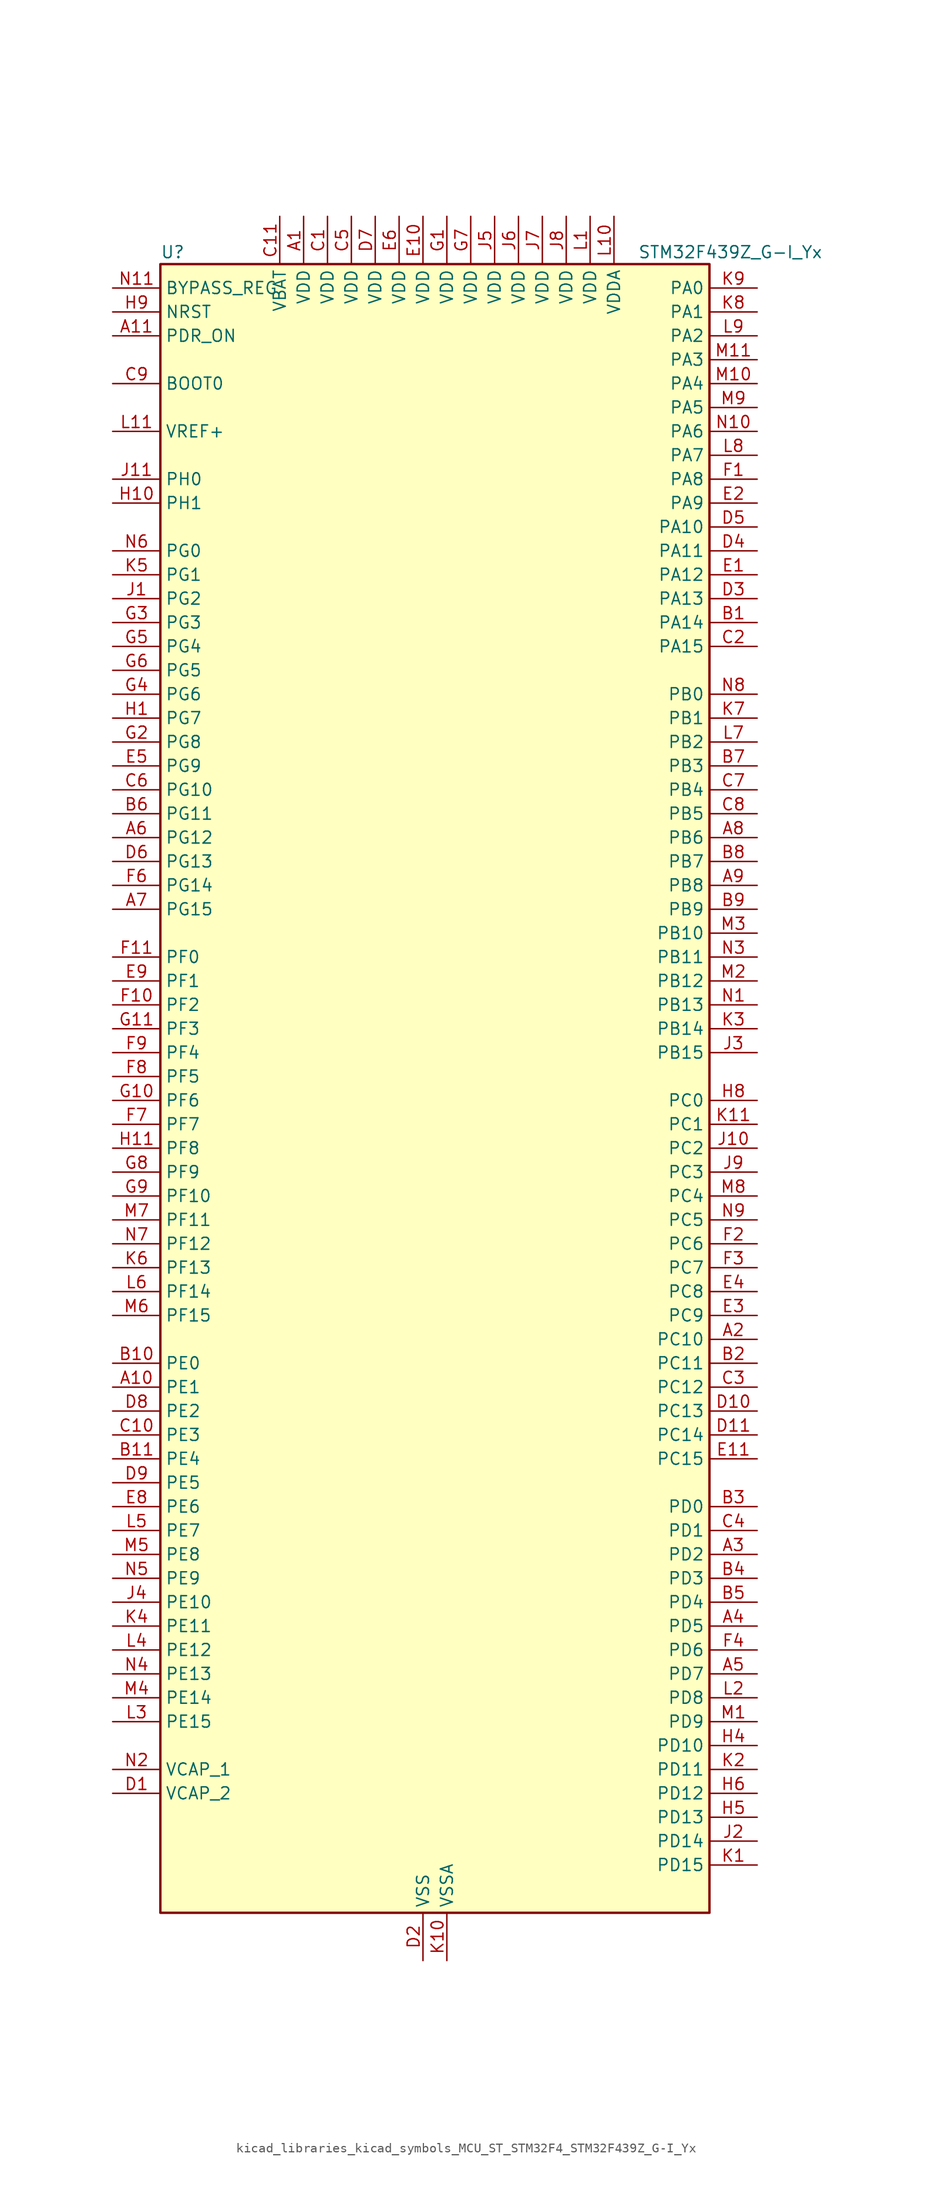
<source format=kicad_sym>
(kicad_symbol_lib
  (version 20220914)
  (generator kicad_symbol_editor)
  (symbol "kicad_libraries_kicad_symbols_MCU_ST_STM32F4_STM32F439Z_G-I_Yx"
    (property "Reference" "U"
      (at -27.94 90.17 0)
      (effects (font (size 1.27 1.27)) (justify left)))
    (property "Value" "STM32F439Z_G-I_Yx"
      (at 22.86 90.17 0)
      (effects (font (size 1.27 1.27)) (justify left)))
    (property "ki_locked" ""
      (at 0 0 0)
      (effects (font (size 1.27 1.27))))
    (symbol "kicad_libraries_kicad_symbols_MCU_ST_STM32F4_STM32F439Z_G-I_Yx_0_1"
      (rectangle (start -27.94 -86.36) (end 30.48 88.9) (stroke (width 0.254) (type default)) (fill (type background))))
    (symbol "kicad_libraries_kicad_symbols_MCU_ST_STM32F4_STM32F439Z_G-I_Yx_1_1"
      (pin power_in line (at -12.7 93.98 270) (length 5.08) (name "VDD" (effects (font (size 1.27 1.27)))) (number "A1" (effects (font (size 1.27 1.27)))))
      (pin bidirectional line (at -33.02 -30.48 0) (length 5.08) (name "PE1" (effects (font (size 1.27 1.27)))) (number "A10" (effects (font (size 1.27 1.27)))) (alternate "DCMI_D3" bidirectional line) (alternate "FMC_NBL1" bidirectional line) (alternate "UART8_TX" bidirectional line))
      (pin input line (at -33.02 81.28 0) (length 5.08) (name "PDR_ON" (effects (font (size 1.27 1.27)))) (number "A11" (effects (font (size 1.27 1.27)))))
      (pin bidirectional line (at 35.56 -25.4 180) (length 5.08) (name "PC10" (effects (font (size 1.27 1.27)))) (number "A2" (effects (font (size 1.27 1.27)))) (alternate "DCMI_D8" bidirectional line) (alternate "I2S3_CK" bidirectional line) (alternate "LTDC_R2" bidirectional line) (alternate "SDIO_D2" bidirectional line) (alternate "SPI3_SCK" bidirectional line) (alternate "UART4_TX" bidirectional line) (alternate "USART3_TX" bidirectional line))
      (pin bidirectional line (at 35.56 -48.26 180) (length 5.08) (name "PD2" (effects (font (size 1.27 1.27)))) (number "A3" (effects (font (size 1.27 1.27)))) (alternate "DCMI_D11" bidirectional line) (alternate "SDIO_CMD" bidirectional line) (alternate "TIM3_ETR" bidirectional line) (alternate "UART5_RX" bidirectional line))
      (pin bidirectional line (at 35.56 -55.88 180) (length 5.08) (name "PD5" (effects (font (size 1.27 1.27)))) (number "A4" (effects (font (size 1.27 1.27)))) (alternate "FMC_NWE" bidirectional line) (alternate "USART2_TX" bidirectional line))
      (pin bidirectional line (at 35.56 -60.96 180) (length 5.08) (name "PD7" (effects (font (size 1.27 1.27)))) (number "A5" (effects (font (size 1.27 1.27)))) (alternate "FMC_NCE2" bidirectional line) (alternate "FMC_NE1" bidirectional line) (alternate "USART2_CK" bidirectional line))
      (pin bidirectional line (at -33.02 27.94 0) (length 5.08) (name "PG12" (effects (font (size 1.27 1.27)))) (number "A6" (effects (font (size 1.27 1.27)))) (alternate "FMC_NE4" bidirectional line) (alternate "LTDC_B1" bidirectional line) (alternate "LTDC_B4" bidirectional line) (alternate "SPI6_MISO" bidirectional line) (alternate "USART6_RTS" bidirectional line))
      (pin bidirectional line (at -33.02 20.32 0) (length 5.08) (name "PG15" (effects (font (size 1.27 1.27)))) (number "A7" (effects (font (size 1.27 1.27)))) (alternate "ADC1_EXTI15" bidirectional line) (alternate "ADC2_EXTI15" bidirectional line) (alternate "ADC3_EXTI15" bidirectional line) (alternate "DCMI_D13" bidirectional line) (alternate "FMC_SDNCAS" bidirectional line) (alternate "USART6_CTS" bidirectional line))
      (pin bidirectional line (at 35.56 27.94 180) (length 5.08) (name "PB6" (effects (font (size 1.27 1.27)))) (number "A8" (effects (font (size 1.27 1.27)))) (alternate "CAN2_TX" bidirectional line) (alternate "DCMI_D5" bidirectional line) (alternate "FMC_SDNE1" bidirectional line) (alternate "I2C1_SCL" bidirectional line) (alternate "TIM4_CH1" bidirectional line) (alternate "USART1_TX" bidirectional line))
      (pin bidirectional line (at 35.56 22.86 180) (length 5.08) (name "PB8" (effects (font (size 1.27 1.27)))) (number "A9" (effects (font (size 1.27 1.27)))) (alternate "CAN1_RX" bidirectional line) (alternate "DCMI_D6" bidirectional line) (alternate "ETH_TXD3" bidirectional line) (alternate "I2C1_SCL" bidirectional line) (alternate "LTDC_B6" bidirectional line) (alternate "SDIO_D4" bidirectional line) (alternate "TIM10_CH1" bidirectional line) (alternate "TIM4_CH3" bidirectional line))
      (pin bidirectional line (at 35.56 50.8 180) (length 5.08) (name "PA14" (effects (font (size 1.27 1.27)))) (number "B1" (effects (font (size 1.27 1.27)))) (alternate "SYS_JTCK-SWCLK" bidirectional line))
      (pin bidirectional line (at -33.02 -27.94 0) (length 5.08) (name "PE0" (effects (font (size 1.27 1.27)))) (number "B10" (effects (font (size 1.27 1.27)))) (alternate "DCMI_D2" bidirectional line) (alternate "FMC_NBL0" bidirectional line) (alternate "TIM4_ETR" bidirectional line) (alternate "UART8_RX" bidirectional line))
      (pin bidirectional line (at -33.02 -38.1 0) (length 5.08) (name "PE4" (effects (font (size 1.27 1.27)))) (number "B11" (effects (font (size 1.27 1.27)))) (alternate "DCMI_D4" bidirectional line) (alternate "FMC_A20" bidirectional line) (alternate "LTDC_B0" bidirectional line) (alternate "SAI1_FS_A" bidirectional line) (alternate "SPI4_NSS" bidirectional line) (alternate "SYS_TRACED1" bidirectional line))
      (pin bidirectional line (at 35.56 -27.94 180) (length 5.08) (name "PC11" (effects (font (size 1.27 1.27)))) (number "B2" (effects (font (size 1.27 1.27)))) (alternate "ADC1_EXTI11" bidirectional line) (alternate "ADC2_EXTI11" bidirectional line) (alternate "ADC3_EXTI11" bidirectional line) (alternate "DCMI_D4" bidirectional line) (alternate "I2S3_ext_SD" bidirectional line) (alternate "SDIO_D3" bidirectional line) (alternate "SPI3_MISO" bidirectional line) (alternate "UART4_RX" bidirectional line) (alternate "USART3_RX" bidirectional line))
      (pin bidirectional line (at 35.56 -43.18 180) (length 5.08) (name "PD0" (effects (font (size 1.27 1.27)))) (number "B3" (effects (font (size 1.27 1.27)))) (alternate "CAN1_RX" bidirectional line) (alternate "FMC_D2" bidirectional line) (alternate "FMC_DA2" bidirectional line))
      (pin bidirectional line (at 35.56 -50.8 180) (length 5.08) (name "PD3" (effects (font (size 1.27 1.27)))) (number "B4" (effects (font (size 1.27 1.27)))) (alternate "DCMI_D5" bidirectional line) (alternate "FMC_CLK" bidirectional line) (alternate "I2S2_CK" bidirectional line) (alternate "LTDC_G7" bidirectional line) (alternate "SPI2_SCK" bidirectional line) (alternate "USART2_CTS" bidirectional line))
      (pin bidirectional line (at 35.56 -53.34 180) (length 5.08) (name "PD4" (effects (font (size 1.27 1.27)))) (number "B5" (effects (font (size 1.27 1.27)))) (alternate "FMC_NOE" bidirectional line) (alternate "USART2_RTS" bidirectional line))
      (pin bidirectional line (at -33.02 30.48 0) (length 5.08) (name "PG11" (effects (font (size 1.27 1.27)))) (number "B6" (effects (font (size 1.27 1.27)))) (alternate "ADC1_EXTI11" bidirectional line) (alternate "ADC2_EXTI11" bidirectional line) (alternate "ADC3_EXTI11" bidirectional line) (alternate "DCMI_D3" bidirectional line) (alternate "ETH_TX_EN" bidirectional line) (alternate "FMC_NCE4_2" bidirectional line) (alternate "LTDC_B3" bidirectional line))
      (pin bidirectional line (at 35.56 35.56 180) (length 5.08) (name "PB3" (effects (font (size 1.27 1.27)))) (number "B7" (effects (font (size 1.27 1.27)))) (alternate "I2S3_CK" bidirectional line) (alternate "SPI1_SCK" bidirectional line) (alternate "SPI3_SCK" bidirectional line) (alternate "SYS_JTDO-SWO" bidirectional line) (alternate "TIM2_CH2" bidirectional line))
      (pin bidirectional line (at 35.56 25.4 180) (length 5.08) (name "PB7" (effects (font (size 1.27 1.27)))) (number "B8" (effects (font (size 1.27 1.27)))) (alternate "DCMI_VSYNC" bidirectional line) (alternate "FMC_NL" bidirectional line) (alternate "I2C1_SDA" bidirectional line) (alternate "TIM4_CH2" bidirectional line) (alternate "USART1_RX" bidirectional line))
      (pin bidirectional line (at 35.56 20.32 180) (length 5.08) (name "PB9" (effects (font (size 1.27 1.27)))) (number "B9" (effects (font (size 1.27 1.27)))) (alternate "CAN1_TX" bidirectional line) (alternate "DAC_EXTI9" bidirectional line) (alternate "DCMI_D7" bidirectional line) (alternate "I2C1_SDA" bidirectional line) (alternate "I2S2_WS" bidirectional line) (alternate "LTDC_B7" bidirectional line) (alternate "SDIO_D5" bidirectional line) (alternate "SPI2_NSS" bidirectional line) (alternate "TIM11_CH1" bidirectional line) (alternate "TIM4_CH4" bidirectional line))
      (pin power_in line (at -10.16 93.98 270) (length 5.08) (name "VDD" (effects (font (size 1.27 1.27)))) (number "C1" (effects (font (size 1.27 1.27)))))
      (pin bidirectional line (at -33.02 -35.56 0) (length 5.08) (name "PE3" (effects (font (size 1.27 1.27)))) (number "C10" (effects (font (size 1.27 1.27)))) (alternate "FMC_A19" bidirectional line) (alternate "SAI1_SD_B" bidirectional line) (alternate "SYS_TRACED0" bidirectional line))
      (pin power_in line (at -15.24 93.98 270) (length 5.08) (name "VBAT" (effects (font (size 1.27 1.27)))) (number "C11" (effects (font (size 1.27 1.27)))))
      (pin bidirectional line (at 35.56 48.26 180) (length 5.08) (name "PA15" (effects (font (size 1.27 1.27)))) (number "C2" (effects (font (size 1.27 1.27)))) (alternate "ADC1_EXTI15" bidirectional line) (alternate "ADC2_EXTI15" bidirectional line) (alternate "ADC3_EXTI15" bidirectional line) (alternate "I2S3_WS" bidirectional line) (alternate "SPI1_NSS" bidirectional line) (alternate "SPI3_NSS" bidirectional line) (alternate "SYS_JTDI" bidirectional line) (alternate "TIM2_CH1" bidirectional line) (alternate "TIM2_ETR" bidirectional line))
      (pin bidirectional line (at 35.56 -30.48 180) (length 5.08) (name "PC12" (effects (font (size 1.27 1.27)))) (number "C3" (effects (font (size 1.27 1.27)))) (alternate "DCMI_D9" bidirectional line) (alternate "I2S3_SD" bidirectional line) (alternate "SDIO_CK" bidirectional line) (alternate "SPI3_MOSI" bidirectional line) (alternate "UART5_TX" bidirectional line) (alternate "USART3_CK" bidirectional line))
      (pin bidirectional line (at 35.56 -45.72 180) (length 5.08) (name "PD1" (effects (font (size 1.27 1.27)))) (number "C4" (effects (font (size 1.27 1.27)))) (alternate "CAN1_TX" bidirectional line) (alternate "FMC_D3" bidirectional line) (alternate "FMC_DA3" bidirectional line))
      (pin power_in line (at -7.62 93.98 270) (length 5.08) (name "VDD" (effects (font (size 1.27 1.27)))) (number "C5" (effects (font (size 1.27 1.27)))))
      (pin bidirectional line (at -33.02 33.02 0) (length 5.08) (name "PG10" (effects (font (size 1.27 1.27)))) (number "C6" (effects (font (size 1.27 1.27)))) (alternate "DCMI_D2" bidirectional line) (alternate "FMC_NCE4_1" bidirectional line) (alternate "FMC_NE3" bidirectional line) (alternate "LTDC_B2" bidirectional line) (alternate "LTDC_G3" bidirectional line))
      (pin bidirectional line (at 35.56 33.02 180) (length 5.08) (name "PB4" (effects (font (size 1.27 1.27)))) (number "C7" (effects (font (size 1.27 1.27)))) (alternate "I2S3_ext_SD" bidirectional line) (alternate "SPI1_MISO" bidirectional line) (alternate "SPI3_MISO" bidirectional line) (alternate "SYS_JTRST" bidirectional line) (alternate "TIM3_CH1" bidirectional line))
      (pin bidirectional line (at 35.56 30.48 180) (length 5.08) (name "PB5" (effects (font (size 1.27 1.27)))) (number "C8" (effects (font (size 1.27 1.27)))) (alternate "CAN2_RX" bidirectional line) (alternate "DCMI_D10" bidirectional line) (alternate "ETH_PPS_OUT" bidirectional line) (alternate "FMC_SDCKE1" bidirectional line) (alternate "I2C1_SMBA" bidirectional line) (alternate "I2S3_SD" bidirectional line) (alternate "SPI1_MOSI" bidirectional line) (alternate "SPI3_MOSI" bidirectional line) (alternate "TIM3_CH2" bidirectional line) (alternate "USB_OTG_HS_ULPI_D7" bidirectional line))
      (pin input line (at -33.02 76.2 0) (length 5.08) (name "BOOT0" (effects (font (size 1.27 1.27)))) (number "C9" (effects (font (size 1.27 1.27)))))
      (pin power_out line (at -33.02 -73.66 0) (length 5.08) (name "VCAP_2" (effects (font (size 1.27 1.27)))) (number "D1" (effects (font (size 1.27 1.27)))))
      (pin bidirectional line (at 35.56 -33.02 180) (length 5.08) (name "PC13" (effects (font (size 1.27 1.27)))) (number "D10" (effects (font (size 1.27 1.27)))) (alternate "RTC_AF1" bidirectional line))
      (pin bidirectional line (at 35.56 -35.56 180) (length 5.08) (name "PC14" (effects (font (size 1.27 1.27)))) (number "D11" (effects (font (size 1.27 1.27)))) (alternate "RCC_OSC32_IN" bidirectional line))
      (pin power_in line (at 0 -91.44 90) (length 5.08) (name "VSS" (effects (font (size 1.27 1.27)))) (number "D2" (effects (font (size 1.27 1.27)))))
      (pin bidirectional line (at 35.56 53.34 180) (length 5.08) (name "PA13" (effects (font (size 1.27 1.27)))) (number "D3" (effects (font (size 1.27 1.27)))) (alternate "SYS_JTMS-SWDIO" bidirectional line))
      (pin bidirectional line (at 35.56 58.42 180) (length 5.08) (name "PA11" (effects (font (size 1.27 1.27)))) (number "D4" (effects (font (size 1.27 1.27)))) (alternate "ADC1_EXTI11" bidirectional line) (alternate "ADC2_EXTI11" bidirectional line) (alternate "ADC3_EXTI11" bidirectional line) (alternate "CAN1_RX" bidirectional line) (alternate "LTDC_R4" bidirectional line) (alternate "TIM1_CH4" bidirectional line) (alternate "USART1_CTS" bidirectional line) (alternate "USB_OTG_FS_DM" bidirectional line))
      (pin bidirectional line (at 35.56 60.96 180) (length 5.08) (name "PA10" (effects (font (size 1.27 1.27)))) (number "D5" (effects (font (size 1.27 1.27)))) (alternate "DCMI_D1" bidirectional line) (alternate "TIM1_CH3" bidirectional line) (alternate "USART1_RX" bidirectional line) (alternate "USB_OTG_FS_ID" bidirectional line))
      (pin bidirectional line (at -33.02 25.4 0) (length 5.08) (name "PG13" (effects (font (size 1.27 1.27)))) (number "D6" (effects (font (size 1.27 1.27)))) (alternate "ETH_TXD0" bidirectional line) (alternate "FMC_A24" bidirectional line) (alternate "SPI6_SCK" bidirectional line) (alternate "USART6_CTS" bidirectional line))
      (pin power_in line (at -5.08 93.98 270) (length 5.08) (name "VDD" (effects (font (size 1.27 1.27)))) (number "D7" (effects (font (size 1.27 1.27)))))
      (pin bidirectional line (at -33.02 -33.02 0) (length 5.08) (name "PE2" (effects (font (size 1.27 1.27)))) (number "D8" (effects (font (size 1.27 1.27)))) (alternate "ETH_TXD3" bidirectional line) (alternate "FMC_A23" bidirectional line) (alternate "SAI1_MCLK_A" bidirectional line) (alternate "SPI4_SCK" bidirectional line) (alternate "SYS_TRACECLK" bidirectional line))
      (pin bidirectional line (at -33.02 -40.64 0) (length 5.08) (name "PE5" (effects (font (size 1.27 1.27)))) (number "D9" (effects (font (size 1.27 1.27)))) (alternate "DCMI_D6" bidirectional line) (alternate "FMC_A21" bidirectional line) (alternate "LTDC_G0" bidirectional line) (alternate "SAI1_SCK_A" bidirectional line) (alternate "SPI4_MISO" bidirectional line) (alternate "SYS_TRACED2" bidirectional line) (alternate "TIM9_CH1" bidirectional line))
      (pin bidirectional line (at 35.56 55.88 180) (length 5.08) (name "PA12" (effects (font (size 1.27 1.27)))) (number "E1" (effects (font (size 1.27 1.27)))) (alternate "CAN1_TX" bidirectional line) (alternate "LTDC_R5" bidirectional line) (alternate "TIM1_ETR" bidirectional line) (alternate "USART1_RTS" bidirectional line) (alternate "USB_OTG_FS_DP" bidirectional line))
      (pin power_in line (at 0 93.98 270) (length 5.08) (name "VDD" (effects (font (size 1.27 1.27)))) (number "E10" (effects (font (size 1.27 1.27)))))
      (pin bidirectional line (at 35.56 -38.1 180) (length 5.08) (name "PC15" (effects (font (size 1.27 1.27)))) (number "E11" (effects (font (size 1.27 1.27)))) (alternate "ADC1_EXTI15" bidirectional line) (alternate "ADC2_EXTI15" bidirectional line) (alternate "ADC3_EXTI15" bidirectional line) (alternate "RCC_OSC32_OUT" bidirectional line))
      (pin bidirectional line (at 35.56 63.5 180) (length 5.08) (name "PA9" (effects (font (size 1.27 1.27)))) (number "E2" (effects (font (size 1.27 1.27)))) (alternate "DAC_EXTI9" bidirectional line) (alternate "DCMI_D0" bidirectional line) (alternate "I2C3_SMBA" bidirectional line) (alternate "TIM1_CH2" bidirectional line) (alternate "USART1_TX" bidirectional line) (alternate "USB_OTG_FS_VBUS" bidirectional line))
      (pin bidirectional line (at 35.56 -22.86 180) (length 5.08) (name "PC9" (effects (font (size 1.27 1.27)))) (number "E3" (effects (font (size 1.27 1.27)))) (alternate "DAC_EXTI9" bidirectional line) (alternate "DCMI_D3" bidirectional line) (alternate "I2C3_SDA" bidirectional line) (alternate "I2S_CKIN" bidirectional line) (alternate "RCC_MCO_2" bidirectional line) (alternate "SDIO_D1" bidirectional line) (alternate "TIM3_CH4" bidirectional line) (alternate "TIM8_CH4" bidirectional line))
      (pin bidirectional line (at 35.56 -20.32 180) (length 5.08) (name "PC8" (effects (font (size 1.27 1.27)))) (number "E4" (effects (font (size 1.27 1.27)))) (alternate "DCMI_D2" bidirectional line) (alternate "SDIO_D0" bidirectional line) (alternate "TIM3_CH3" bidirectional line) (alternate "TIM8_CH3" bidirectional line) (alternate "USART6_CK" bidirectional line))
      (pin bidirectional line (at -33.02 35.56 0) (length 5.08) (name "PG9" (effects (font (size 1.27 1.27)))) (number "E5" (effects (font (size 1.27 1.27)))) (alternate "DAC_EXTI9" bidirectional line) (alternate "DCMI_VSYNC" bidirectional line) (alternate "FMC_NCE3" bidirectional line) (alternate "FMC_NE2" bidirectional line) (alternate "USART6_RX" bidirectional line))
      (pin power_in line (at -2.54 93.98 270) (length 5.08) (name "VDD" (effects (font (size 1.27 1.27)))) (number "E6" (effects (font (size 1.27 1.27)))))
      (pin passive line (at 0 -91.44 90) (length 5.08) hide (name "VSS" (effects (font (size 1.27 1.27)))) (number "E7" (effects (font (size 1.27 1.27)))))
      (pin bidirectional line (at -33.02 -43.18 0) (length 5.08) (name "PE6" (effects (font (size 1.27 1.27)))) (number "E8" (effects (font (size 1.27 1.27)))) (alternate "DCMI_D7" bidirectional line) (alternate "FMC_A22" bidirectional line) (alternate "LTDC_G1" bidirectional line) (alternate "SAI1_SD_A" bidirectional line) (alternate "SPI4_MOSI" bidirectional line) (alternate "SYS_TRACED3" bidirectional line) (alternate "TIM9_CH2" bidirectional line))
      (pin bidirectional line (at -33.02 12.7 0) (length 5.08) (name "PF1" (effects (font (size 1.27 1.27)))) (number "E9" (effects (font (size 1.27 1.27)))) (alternate "FMC_A1" bidirectional line) (alternate "I2C2_SCL" bidirectional line))
      (pin bidirectional line (at 35.56 66.04 180) (length 5.08) (name "PA8" (effects (font (size 1.27 1.27)))) (number "F1" (effects (font (size 1.27 1.27)))) (alternate "I2C3_SCL" bidirectional line) (alternate "LTDC_R6" bidirectional line) (alternate "RCC_MCO_1" bidirectional line) (alternate "TIM1_CH1" bidirectional line) (alternate "USART1_CK" bidirectional line) (alternate "USB_OTG_FS_SOF" bidirectional line))
      (pin bidirectional line (at -33.02 10.16 0) (length 5.08) (name "PF2" (effects (font (size 1.27 1.27)))) (number "F10" (effects (font (size 1.27 1.27)))) (alternate "FMC_A2" bidirectional line) (alternate "I2C2_SMBA" bidirectional line))
      (pin bidirectional line (at -33.02 15.24 0) (length 5.08) (name "PF0" (effects (font (size 1.27 1.27)))) (number "F11" (effects (font (size 1.27 1.27)))) (alternate "FMC_A0" bidirectional line) (alternate "I2C2_SDA" bidirectional line))
      (pin bidirectional line (at 35.56 -15.24 180) (length 5.08) (name "PC6" (effects (font (size 1.27 1.27)))) (number "F2" (effects (font (size 1.27 1.27)))) (alternate "DCMI_D0" bidirectional line) (alternate "I2S2_MCK" bidirectional line) (alternate "LTDC_HSYNC" bidirectional line) (alternate "SDIO_D6" bidirectional line) (alternate "TIM3_CH1" bidirectional line) (alternate "TIM8_CH1" bidirectional line) (alternate "USART6_TX" bidirectional line))
      (pin bidirectional line (at 35.56 -17.78 180) (length 5.08) (name "PC7" (effects (font (size 1.27 1.27)))) (number "F3" (effects (font (size 1.27 1.27)))) (alternate "DCMI_D1" bidirectional line) (alternate "I2S3_MCK" bidirectional line) (alternate "LTDC_G6" bidirectional line) (alternate "SDIO_D7" bidirectional line) (alternate "TIM3_CH2" bidirectional line) (alternate "TIM8_CH2" bidirectional line) (alternate "USART6_RX" bidirectional line))
      (pin bidirectional line (at 35.56 -58.42 180) (length 5.08) (name "PD6" (effects (font (size 1.27 1.27)))) (number "F4" (effects (font (size 1.27 1.27)))) (alternate "DCMI_D10" bidirectional line) (alternate "FMC_NWAIT" bidirectional line) (alternate "I2S3_SD" bidirectional line) (alternate "LTDC_B2" bidirectional line) (alternate "SAI1_SD_A" bidirectional line) (alternate "SPI3_MOSI" bidirectional line) (alternate "USART2_RX" bidirectional line))
      (pin passive line (at 0 -91.44 90) (length 5.08) hide (name "VSS" (effects (font (size 1.27 1.27)))) (number "F5" (effects (font (size 1.27 1.27)))))
      (pin bidirectional line (at -33.02 22.86 0) (length 5.08) (name "PG14" (effects (font (size 1.27 1.27)))) (number "F6" (effects (font (size 1.27 1.27)))) (alternate "ETH_TXD1" bidirectional line) (alternate "FMC_A25" bidirectional line) (alternate "SPI6_MOSI" bidirectional line) (alternate "USART6_TX" bidirectional line))
      (pin bidirectional line (at -33.02 -2.54 0) (length 5.08) (name "PF7" (effects (font (size 1.27 1.27)))) (number "F7" (effects (font (size 1.27 1.27)))) (alternate "ADC3_IN5" bidirectional line) (alternate "FMC_NREG" bidirectional line) (alternate "SAI1_MCLK_B" bidirectional line) (alternate "SPI5_SCK" bidirectional line) (alternate "TIM11_CH1" bidirectional line) (alternate "UART7_TX" bidirectional line))
      (pin bidirectional line (at -33.02 2.54 0) (length 5.08) (name "PF5" (effects (font (size 1.27 1.27)))) (number "F8" (effects (font (size 1.27 1.27)))) (alternate "ADC3_IN15" bidirectional line) (alternate "FMC_A5" bidirectional line))
      (pin bidirectional line (at -33.02 5.08 0) (length 5.08) (name "PF4" (effects (font (size 1.27 1.27)))) (number "F9" (effects (font (size 1.27 1.27)))) (alternate "ADC3_IN14" bidirectional line) (alternate "FMC_A4" bidirectional line))
      (pin power_in line (at 2.54 93.98 270) (length 5.08) (name "VDD" (effects (font (size 1.27 1.27)))) (number "G1" (effects (font (size 1.27 1.27)))))
      (pin bidirectional line (at -33.02 0 0) (length 5.08) (name "PF6" (effects (font (size 1.27 1.27)))) (number "G10" (effects (font (size 1.27 1.27)))) (alternate "ADC3_IN4" bidirectional line) (alternate "FMC_NIORD" bidirectional line) (alternate "SAI1_SD_B" bidirectional line) (alternate "SPI5_NSS" bidirectional line) (alternate "TIM10_CH1" bidirectional line) (alternate "UART7_RX" bidirectional line))
      (pin bidirectional line (at -33.02 7.62 0) (length 5.08) (name "PF3" (effects (font (size 1.27 1.27)))) (number "G11" (effects (font (size 1.27 1.27)))) (alternate "ADC3_IN9" bidirectional line) (alternate "FMC_A3" bidirectional line))
      (pin bidirectional line (at -33.02 38.1 0) (length 5.08) (name "PG8" (effects (font (size 1.27 1.27)))) (number "G2" (effects (font (size 1.27 1.27)))) (alternate "ETH_PPS_OUT" bidirectional line) (alternate "FMC_SDCLK" bidirectional line) (alternate "SPI6_NSS" bidirectional line) (alternate "USART6_RTS" bidirectional line))
      (pin bidirectional line (at -33.02 50.8 0) (length 5.08) (name "PG3" (effects (font (size 1.27 1.27)))) (number "G3" (effects (font (size 1.27 1.27)))) (alternate "FMC_A13" bidirectional line))
      (pin bidirectional line (at -33.02 43.18 0) (length 5.08) (name "PG6" (effects (font (size 1.27 1.27)))) (number "G4" (effects (font (size 1.27 1.27)))) (alternate "DCMI_D12" bidirectional line) (alternate "FMC_INT2" bidirectional line) (alternate "LTDC_R7" bidirectional line))
      (pin bidirectional line (at -33.02 48.26 0) (length 5.08) (name "PG4" (effects (font (size 1.27 1.27)))) (number "G5" (effects (font (size 1.27 1.27)))) (alternate "FMC_A14" bidirectional line) (alternate "FMC_BA0" bidirectional line))
      (pin bidirectional line (at -33.02 45.72 0) (length 5.08) (name "PG5" (effects (font (size 1.27 1.27)))) (number "G6" (effects (font (size 1.27 1.27)))) (alternate "FMC_A15" bidirectional line) (alternate "FMC_BA1" bidirectional line))
      (pin power_in line (at 5.08 93.98 270) (length 5.08) (name "VDD" (effects (font (size 1.27 1.27)))) (number "G7" (effects (font (size 1.27 1.27)))))
      (pin bidirectional line (at -33.02 -7.62 0) (length 5.08) (name "PF9" (effects (font (size 1.27 1.27)))) (number "G8" (effects (font (size 1.27 1.27)))) (alternate "ADC3_IN7" bidirectional line) (alternate "DAC_EXTI9" bidirectional line) (alternate "FMC_CD" bidirectional line) (alternate "SAI1_FS_B" bidirectional line) (alternate "SPI5_MOSI" bidirectional line) (alternate "TIM14_CH1" bidirectional line))
      (pin bidirectional line (at -33.02 -10.16 0) (length 5.08) (name "PF10" (effects (font (size 1.27 1.27)))) (number "G9" (effects (font (size 1.27 1.27)))) (alternate "ADC3_IN8" bidirectional line) (alternate "DCMI_D11" bidirectional line) (alternate "FMC_INTR" bidirectional line) (alternate "LTDC_DE" bidirectional line))
      (pin bidirectional line (at -33.02 40.64 0) (length 5.08) (name "PG7" (effects (font (size 1.27 1.27)))) (number "H1" (effects (font (size 1.27 1.27)))) (alternate "DCMI_D13" bidirectional line) (alternate "FMC_INT3" bidirectional line) (alternate "LTDC_CLK" bidirectional line) (alternate "USART6_CK" bidirectional line))
      (pin bidirectional line (at -33.02 63.5 0) (length 5.08) (name "PH1" (effects (font (size 1.27 1.27)))) (number "H10" (effects (font (size 1.27 1.27)))) (alternate "RCC_OSC_OUT" bidirectional line))
      (pin bidirectional line (at -33.02 -5.08 0) (length 5.08) (name "PF8" (effects (font (size 1.27 1.27)))) (number "H11" (effects (font (size 1.27 1.27)))) (alternate "ADC3_IN6" bidirectional line) (alternate "FMC_NIOWR" bidirectional line) (alternate "SAI1_SCK_B" bidirectional line) (alternate "SPI5_MISO" bidirectional line) (alternate "TIM13_CH1" bidirectional line))
      (pin passive line (at 0 -91.44 90) (length 5.08) hide (name "VSS" (effects (font (size 1.27 1.27)))) (number "H2" (effects (font (size 1.27 1.27)))))
      (pin passive line (at 0 -91.44 90) (length 5.08) hide (name "VSS" (effects (font (size 1.27 1.27)))) (number "H3" (effects (font (size 1.27 1.27)))))
      (pin bidirectional line (at 35.56 -68.58 180) (length 5.08) (name "PD10" (effects (font (size 1.27 1.27)))) (number "H4" (effects (font (size 1.27 1.27)))) (alternate "FMC_D15" bidirectional line) (alternate "FMC_DA15" bidirectional line) (alternate "LTDC_B3" bidirectional line) (alternate "USART3_CK" bidirectional line))
      (pin bidirectional line (at 35.56 -76.2 180) (length 5.08) (name "PD13" (effects (font (size 1.27 1.27)))) (number "H5" (effects (font (size 1.27 1.27)))) (alternate "FMC_A18" bidirectional line) (alternate "TIM4_CH2" bidirectional line))
      (pin bidirectional line (at 35.56 -73.66 180) (length 5.08) (name "PD12" (effects (font (size 1.27 1.27)))) (number "H6" (effects (font (size 1.27 1.27)))) (alternate "FMC_A17" bidirectional line) (alternate "FMC_ALE" bidirectional line) (alternate "TIM4_CH1" bidirectional line) (alternate "USART3_RTS" bidirectional line))
      (pin passive line (at 0 -91.44 90) (length 5.08) hide (name "VSS" (effects (font (size 1.27 1.27)))) (number "H7" (effects (font (size 1.27 1.27)))))
      (pin bidirectional line (at 35.56 0 180) (length 5.08) (name "PC0" (effects (font (size 1.27 1.27)))) (number "H8" (effects (font (size 1.27 1.27)))) (alternate "ADC1_IN10" bidirectional line) (alternate "ADC2_IN10" bidirectional line) (alternate "ADC3_IN10" bidirectional line) (alternate "FMC_SDNWE" bidirectional line) (alternate "USB_OTG_HS_ULPI_STP" bidirectional line))
      (pin input line (at -33.02 83.82 0) (length 5.08) (name "NRST" (effects (font (size 1.27 1.27)))) (number "H9" (effects (font (size 1.27 1.27)))))
      (pin bidirectional line (at -33.02 53.34 0) (length 5.08) (name "PG2" (effects (font (size 1.27 1.27)))) (number "J1" (effects (font (size 1.27 1.27)))) (alternate "FMC_A12" bidirectional line))
      (pin bidirectional line (at 35.56 -5.08 180) (length 5.08) (name "PC2" (effects (font (size 1.27 1.27)))) (number "J10" (effects (font (size 1.27 1.27)))) (alternate "ADC1_IN12" bidirectional line) (alternate "ADC2_IN12" bidirectional line) (alternate "ADC3_IN12" bidirectional line) (alternate "ETH_TXD2" bidirectional line) (alternate "FMC_SDNE0" bidirectional line) (alternate "I2S2_ext_SD" bidirectional line) (alternate "SPI2_MISO" bidirectional line) (alternate "USB_OTG_HS_ULPI_DIR" bidirectional line))
      (pin bidirectional line (at -33.02 66.04 0) (length 5.08) (name "PH0" (effects (font (size 1.27 1.27)))) (number "J11" (effects (font (size 1.27 1.27)))) (alternate "RCC_OSC_IN" bidirectional line))
      (pin bidirectional line (at 35.56 -78.74 180) (length 5.08) (name "PD14" (effects (font (size 1.27 1.27)))) (number "J2" (effects (font (size 1.27 1.27)))) (alternate "FMC_D0" bidirectional line) (alternate "FMC_DA0" bidirectional line) (alternate "TIM4_CH3" bidirectional line))
      (pin bidirectional line (at 35.56 5.08 180) (length 5.08) (name "PB15" (effects (font (size 1.27 1.27)))) (number "J3" (effects (font (size 1.27 1.27)))) (alternate "ADC1_EXTI15" bidirectional line) (alternate "ADC2_EXTI15" bidirectional line) (alternate "ADC3_EXTI15" bidirectional line) (alternate "I2S2_SD" bidirectional line) (alternate "RTC_REFIN" bidirectional line) (alternate "SPI2_MOSI" bidirectional line) (alternate "TIM12_CH2" bidirectional line) (alternate "TIM1_CH3N" bidirectional line) (alternate "TIM8_CH3N" bidirectional line) (alternate "USB_OTG_HS_DP" bidirectional line))
      (pin bidirectional line (at -33.02 -53.34 0) (length 5.08) (name "PE10" (effects (font (size 1.27 1.27)))) (number "J4" (effects (font (size 1.27 1.27)))) (alternate "FMC_D7" bidirectional line) (alternate "FMC_DA7" bidirectional line) (alternate "TIM1_CH2N" bidirectional line))
      (pin power_in line (at 7.62 93.98 270) (length 5.08) (name "VDD" (effects (font (size 1.27 1.27)))) (number "J5" (effects (font (size 1.27 1.27)))))
      (pin power_in line (at 10.16 93.98 270) (length 5.08) (name "VDD" (effects (font (size 1.27 1.27)))) (number "J6" (effects (font (size 1.27 1.27)))))
      (pin power_in line (at 12.7 93.98 270) (length 5.08) (name "VDD" (effects (font (size 1.27 1.27)))) (number "J7" (effects (font (size 1.27 1.27)))))
      (pin power_in line (at 15.24 93.98 270) (length 5.08) (name "VDD" (effects (font (size 1.27 1.27)))) (number "J8" (effects (font (size 1.27 1.27)))))
      (pin bidirectional line (at 35.56 -7.62 180) (length 5.08) (name "PC3" (effects (font (size 1.27 1.27)))) (number "J9" (effects (font (size 1.27 1.27)))) (alternate "ADC1_IN13" bidirectional line) (alternate "ADC2_IN13" bidirectional line) (alternate "ADC3_IN13" bidirectional line) (alternate "ETH_TX_CLK" bidirectional line) (alternate "FMC_SDCKE0" bidirectional line) (alternate "I2S2_SD" bidirectional line) (alternate "SPI2_MOSI" bidirectional line) (alternate "USB_OTG_HS_ULPI_NXT" bidirectional line))
      (pin bidirectional line (at 35.56 -81.28 180) (length 5.08) (name "PD15" (effects (font (size 1.27 1.27)))) (number "K1" (effects (font (size 1.27 1.27)))) (alternate "ADC1_EXTI15" bidirectional line) (alternate "ADC2_EXTI15" bidirectional line) (alternate "ADC3_EXTI15" bidirectional line) (alternate "FMC_D1" bidirectional line) (alternate "FMC_DA1" bidirectional line) (alternate "TIM4_CH4" bidirectional line))
      (pin power_in line (at 2.54 -91.44 90) (length 5.08) (name "VSSA" (effects (font (size 1.27 1.27)))) (number "K10" (effects (font (size 1.27 1.27)))))
      (pin bidirectional line (at 35.56 -2.54 180) (length 5.08) (name "PC1" (effects (font (size 1.27 1.27)))) (number "K11" (effects (font (size 1.27 1.27)))) (alternate "ADC1_IN11" bidirectional line) (alternate "ADC2_IN11" bidirectional line) (alternate "ADC3_IN11" bidirectional line) (alternate "ETH_MDC" bidirectional line))
      (pin bidirectional line (at 35.56 -71.12 180) (length 5.08) (name "PD11" (effects (font (size 1.27 1.27)))) (number "K2" (effects (font (size 1.27 1.27)))) (alternate "ADC1_EXTI11" bidirectional line) (alternate "ADC2_EXTI11" bidirectional line) (alternate "ADC3_EXTI11" bidirectional line) (alternate "FMC_A16" bidirectional line) (alternate "FMC_CLE" bidirectional line) (alternate "USART3_CTS" bidirectional line))
      (pin bidirectional line (at 35.56 7.62 180) (length 5.08) (name "PB14" (effects (font (size 1.27 1.27)))) (number "K3" (effects (font (size 1.27 1.27)))) (alternate "I2S2_ext_SD" bidirectional line) (alternate "SPI2_MISO" bidirectional line) (alternate "TIM12_CH1" bidirectional line) (alternate "TIM1_CH2N" bidirectional line) (alternate "TIM8_CH2N" bidirectional line) (alternate "USART3_RTS" bidirectional line) (alternate "USB_OTG_HS_DM" bidirectional line))
      (pin bidirectional line (at -33.02 -55.88 0) (length 5.08) (name "PE11" (effects (font (size 1.27 1.27)))) (number "K4" (effects (font (size 1.27 1.27)))) (alternate "ADC1_EXTI11" bidirectional line) (alternate "ADC2_EXTI11" bidirectional line) (alternate "ADC3_EXTI11" bidirectional line) (alternate "FMC_D8" bidirectional line) (alternate "FMC_DA8" bidirectional line) (alternate "LTDC_G3" bidirectional line) (alternate "SPI4_NSS" bidirectional line) (alternate "TIM1_CH2" bidirectional line))
      (pin bidirectional line (at -33.02 55.88 0) (length 5.08) (name "PG1" (effects (font (size 1.27 1.27)))) (number "K5" (effects (font (size 1.27 1.27)))) (alternate "FMC_A11" bidirectional line))
      (pin bidirectional line (at -33.02 -17.78 0) (length 5.08) (name "PF13" (effects (font (size 1.27 1.27)))) (number "K6" (effects (font (size 1.27 1.27)))) (alternate "FMC_A7" bidirectional line))
      (pin bidirectional line (at 35.56 40.64 180) (length 5.08) (name "PB1" (effects (font (size 1.27 1.27)))) (number "K7" (effects (font (size 1.27 1.27)))) (alternate "ADC1_IN9" bidirectional line) (alternate "ADC2_IN9" bidirectional line) (alternate "ETH_RXD3" bidirectional line) (alternate "LTDC_R6" bidirectional line) (alternate "TIM1_CH3N" bidirectional line) (alternate "TIM3_CH4" bidirectional line) (alternate "TIM8_CH3N" bidirectional line) (alternate "USB_OTG_HS_ULPI_D2" bidirectional line))
      (pin bidirectional line (at 35.56 83.82 180) (length 5.08) (name "PA1" (effects (font (size 1.27 1.27)))) (number "K8" (effects (font (size 1.27 1.27)))) (alternate "ADC1_IN1" bidirectional line) (alternate "ADC2_IN1" bidirectional line) (alternate "ADC3_IN1" bidirectional line) (alternate "ETH_REF_CLK" bidirectional line) (alternate "ETH_RX_CLK" bidirectional line) (alternate "TIM2_CH2" bidirectional line) (alternate "TIM5_CH2" bidirectional line) (alternate "UART4_RX" bidirectional line) (alternate "USART2_RTS" bidirectional line))
      (pin bidirectional line (at 35.56 86.36 180) (length 5.08) (name "PA0" (effects (font (size 1.27 1.27)))) (number "K9" (effects (font (size 1.27 1.27)))) (alternate "ADC1_IN0" bidirectional line) (alternate "ADC2_IN0" bidirectional line) (alternate "ADC3_IN0" bidirectional line) (alternate "ETH_CRS" bidirectional line) (alternate "SYS_WKUP" bidirectional line) (alternate "TIM2_CH1" bidirectional line) (alternate "TIM2_ETR" bidirectional line) (alternate "TIM5_CH1" bidirectional line) (alternate "TIM8_ETR" bidirectional line) (alternate "UART4_TX" bidirectional line) (alternate "USART2_CTS" bidirectional line))
      (pin power_in line (at 17.78 93.98 270) (length 5.08) (name "VDD" (effects (font (size 1.27 1.27)))) (number "L1" (effects (font (size 1.27 1.27)))))
      (pin power_in line (at 20.32 93.98 270) (length 5.08) (name "VDDA" (effects (font (size 1.27 1.27)))) (number "L10" (effects (font (size 1.27 1.27)))))
      (pin input line (at -33.02 71.12 0) (length 5.08) (name "VREF+" (effects (font (size 1.27 1.27)))) (number "L11" (effects (font (size 1.27 1.27)))))
      (pin bidirectional line (at 35.56 -63.5 180) (length 5.08) (name "PD8" (effects (font (size 1.27 1.27)))) (number "L2" (effects (font (size 1.27 1.27)))) (alternate "FMC_D13" bidirectional line) (alternate "FMC_DA13" bidirectional line) (alternate "USART3_TX" bidirectional line))
      (pin bidirectional line (at -33.02 -66.04 0) (length 5.08) (name "PE15" (effects (font (size 1.27 1.27)))) (number "L3" (effects (font (size 1.27 1.27)))) (alternate "ADC1_EXTI15" bidirectional line) (alternate "ADC2_EXTI15" bidirectional line) (alternate "ADC3_EXTI15" bidirectional line) (alternate "FMC_D12" bidirectional line) (alternate "FMC_DA12" bidirectional line) (alternate "LTDC_R7" bidirectional line) (alternate "TIM1_BKIN" bidirectional line))
      (pin bidirectional line (at -33.02 -58.42 0) (length 5.08) (name "PE12" (effects (font (size 1.27 1.27)))) (number "L4" (effects (font (size 1.27 1.27)))) (alternate "FMC_D9" bidirectional line) (alternate "FMC_DA9" bidirectional line) (alternate "LTDC_B4" bidirectional line) (alternate "SPI4_SCK" bidirectional line) (alternate "TIM1_CH3N" bidirectional line))
      (pin bidirectional line (at -33.02 -45.72 0) (length 5.08) (name "PE7" (effects (font (size 1.27 1.27)))) (number "L5" (effects (font (size 1.27 1.27)))) (alternate "FMC_D4" bidirectional line) (alternate "FMC_DA4" bidirectional line) (alternate "TIM1_ETR" bidirectional line) (alternate "UART7_RX" bidirectional line))
      (pin bidirectional line (at -33.02 -20.32 0) (length 5.08) (name "PF14" (effects (font (size 1.27 1.27)))) (number "L6" (effects (font (size 1.27 1.27)))) (alternate "FMC_A8" bidirectional line))
      (pin bidirectional line (at 35.56 38.1 180) (length 5.08) (name "PB2" (effects (font (size 1.27 1.27)))) (number "L7" (effects (font (size 1.27 1.27)))))
      (pin bidirectional line (at 35.56 68.58 180) (length 5.08) (name "PA7" (effects (font (size 1.27 1.27)))) (number "L8" (effects (font (size 1.27 1.27)))) (alternate "ADC1_IN7" bidirectional line) (alternate "ADC2_IN7" bidirectional line) (alternate "ETH_CRS_DV" bidirectional line) (alternate "ETH_RX_DV" bidirectional line) (alternate "SPI1_MOSI" bidirectional line) (alternate "TIM14_CH1" bidirectional line) (alternate "TIM1_CH1N" bidirectional line) (alternate "TIM3_CH2" bidirectional line) (alternate "TIM8_CH1N" bidirectional line))
      (pin bidirectional line (at 35.56 81.28 180) (length 5.08) (name "PA2" (effects (font (size 1.27 1.27)))) (number "L9" (effects (font (size 1.27 1.27)))) (alternate "ADC1_IN2" bidirectional line) (alternate "ADC2_IN2" bidirectional line) (alternate "ADC3_IN2" bidirectional line) (alternate "ETH_MDIO" bidirectional line) (alternate "TIM2_CH3" bidirectional line) (alternate "TIM5_CH3" bidirectional line) (alternate "TIM9_CH1" bidirectional line) (alternate "USART2_TX" bidirectional line))
      (pin bidirectional line (at 35.56 -66.04 180) (length 5.08) (name "PD9" (effects (font (size 1.27 1.27)))) (number "M1" (effects (font (size 1.27 1.27)))) (alternate "DAC_EXTI9" bidirectional line) (alternate "FMC_D14" bidirectional line) (alternate "FMC_DA14" bidirectional line) (alternate "USART3_RX" bidirectional line))
      (pin bidirectional line (at 35.56 76.2 180) (length 5.08) (name "PA4" (effects (font (size 1.27 1.27)))) (number "M10" (effects (font (size 1.27 1.27)))) (alternate "ADC1_IN4" bidirectional line) (alternate "ADC2_IN4" bidirectional line) (alternate "DAC_OUT1" bidirectional line) (alternate "DCMI_HSYNC" bidirectional line) (alternate "I2S3_WS" bidirectional line) (alternate "LTDC_VSYNC" bidirectional line) (alternate "SPI1_NSS" bidirectional line) (alternate "SPI3_NSS" bidirectional line) (alternate "USART2_CK" bidirectional line) (alternate "USB_OTG_HS_SOF" bidirectional line))
      (pin bidirectional line (at 35.56 78.74 180) (length 5.08) (name "PA3" (effects (font (size 1.27 1.27)))) (number "M11" (effects (font (size 1.27 1.27)))) (alternate "ADC1_IN3" bidirectional line) (alternate "ADC2_IN3" bidirectional line) (alternate "ADC3_IN3" bidirectional line) (alternate "ETH_COL" bidirectional line) (alternate "LTDC_B5" bidirectional line) (alternate "TIM2_CH4" bidirectional line) (alternate "TIM5_CH4" bidirectional line) (alternate "TIM9_CH2" bidirectional line) (alternate "USART2_RX" bidirectional line) (alternate "USB_OTG_HS_ULPI_D0" bidirectional line))
      (pin bidirectional line (at 35.56 12.7 180) (length 5.08) (name "PB12" (effects (font (size 1.27 1.27)))) (number "M2" (effects (font (size 1.27 1.27)))) (alternate "CAN2_RX" bidirectional line) (alternate "ETH_TXD0" bidirectional line) (alternate "I2C2_SMBA" bidirectional line) (alternate "I2S2_WS" bidirectional line) (alternate "SPI2_NSS" bidirectional line) (alternate "TIM1_BKIN" bidirectional line) (alternate "USART3_CK" bidirectional line) (alternate "USB_OTG_HS_ID" bidirectional line) (alternate "USB_OTG_HS_ULPI_D5" bidirectional line))
      (pin bidirectional line (at 35.56 17.78 180) (length 5.08) (name "PB10" (effects (font (size 1.27 1.27)))) (number "M3" (effects (font (size 1.27 1.27)))) (alternate "ETH_RX_ER" bidirectional line) (alternate "I2C2_SCL" bidirectional line) (alternate "I2S2_CK" bidirectional line) (alternate "LTDC_G4" bidirectional line) (alternate "SPI2_SCK" bidirectional line) (alternate "TIM2_CH3" bidirectional line) (alternate "USART3_TX" bidirectional line) (alternate "USB_OTG_HS_ULPI_D3" bidirectional line))
      (pin bidirectional line (at -33.02 -63.5 0) (length 5.08) (name "PE14" (effects (font (size 1.27 1.27)))) (number "M4" (effects (font (size 1.27 1.27)))) (alternate "FMC_D11" bidirectional line) (alternate "FMC_DA11" bidirectional line) (alternate "LTDC_CLK" bidirectional line) (alternate "SPI4_MOSI" bidirectional line) (alternate "TIM1_CH4" bidirectional line))
      (pin bidirectional line (at -33.02 -48.26 0) (length 5.08) (name "PE8" (effects (font (size 1.27 1.27)))) (number "M5" (effects (font (size 1.27 1.27)))) (alternate "FMC_D5" bidirectional line) (alternate "FMC_DA5" bidirectional line) (alternate "TIM1_CH1N" bidirectional line) (alternate "UART7_TX" bidirectional line))
      (pin bidirectional line (at -33.02 -22.86 0) (length 5.08) (name "PF15" (effects (font (size 1.27 1.27)))) (number "M6" (effects (font (size 1.27 1.27)))) (alternate "ADC1_EXTI15" bidirectional line) (alternate "ADC2_EXTI15" bidirectional line) (alternate "ADC3_EXTI15" bidirectional line) (alternate "FMC_A9" bidirectional line))
      (pin bidirectional line (at -33.02 -12.7 0) (length 5.08) (name "PF11" (effects (font (size 1.27 1.27)))) (number "M7" (effects (font (size 1.27 1.27)))) (alternate "ADC1_EXTI11" bidirectional line) (alternate "ADC2_EXTI11" bidirectional line) (alternate "ADC3_EXTI11" bidirectional line) (alternate "DCMI_D12" bidirectional line) (alternate "FMC_SDNRAS" bidirectional line) (alternate "SPI5_MOSI" bidirectional line))
      (pin bidirectional line (at 35.56 -10.16 180) (length 5.08) (name "PC4" (effects (font (size 1.27 1.27)))) (number "M8" (effects (font (size 1.27 1.27)))) (alternate "ADC1_IN14" bidirectional line) (alternate "ADC2_IN14" bidirectional line) (alternate "ETH_RXD0" bidirectional line))
      (pin bidirectional line (at 35.56 73.66 180) (length 5.08) (name "PA5" (effects (font (size 1.27 1.27)))) (number "M9" (effects (font (size 1.27 1.27)))) (alternate "ADC1_IN5" bidirectional line) (alternate "ADC2_IN5" bidirectional line) (alternate "DAC_OUT2" bidirectional line) (alternate "SPI1_SCK" bidirectional line) (alternate "TIM2_CH1" bidirectional line) (alternate "TIM2_ETR" bidirectional line) (alternate "TIM8_CH1N" bidirectional line) (alternate "USB_OTG_HS_ULPI_CK" bidirectional line))
      (pin bidirectional line (at 35.56 10.16 180) (length 5.08) (name "PB13" (effects (font (size 1.27 1.27)))) (number "N1" (effects (font (size 1.27 1.27)))) (alternate "CAN2_TX" bidirectional line) (alternate "ETH_TXD1" bidirectional line) (alternate "I2S2_CK" bidirectional line) (alternate "SPI2_SCK" bidirectional line) (alternate "TIM1_CH1N" bidirectional line) (alternate "USART3_CTS" bidirectional line) (alternate "USB_OTG_HS_ULPI_D6" bidirectional line) (alternate "USB_OTG_HS_VBUS" bidirectional line))
      (pin bidirectional line (at 35.56 71.12 180) (length 5.08) (name "PA6" (effects (font (size 1.27 1.27)))) (number "N10" (effects (font (size 1.27 1.27)))) (alternate "ADC1_IN6" bidirectional line) (alternate "ADC2_IN6" bidirectional line) (alternate "DCMI_PIXCLK" bidirectional line) (alternate "LTDC_G2" bidirectional line) (alternate "SPI1_MISO" bidirectional line) (alternate "TIM13_CH1" bidirectional line) (alternate "TIM1_BKIN" bidirectional line) (alternate "TIM3_CH1" bidirectional line) (alternate "TIM8_BKIN" bidirectional line))
      (pin input line (at -33.02 86.36 0) (length 5.08) (name "BYPASS_REG" (effects (font (size 1.27 1.27)))) (number "N11" (effects (font (size 1.27 1.27)))))
      (pin power_out line (at -33.02 -71.12 0) (length 5.08) (name "VCAP_1" (effects (font (size 1.27 1.27)))) (number "N2" (effects (font (size 1.27 1.27)))))
      (pin bidirectional line (at 35.56 15.24 180) (length 5.08) (name "PB11" (effects (font (size 1.27 1.27)))) (number "N3" (effects (font (size 1.27 1.27)))) (alternate "ADC1_EXTI11" bidirectional line) (alternate "ADC2_EXTI11" bidirectional line) (alternate "ADC3_EXTI11" bidirectional line) (alternate "ETH_TX_EN" bidirectional line) (alternate "I2C2_SDA" bidirectional line) (alternate "LTDC_G5" bidirectional line) (alternate "TIM2_CH4" bidirectional line) (alternate "USART3_RX" bidirectional line) (alternate "USB_OTG_HS_ULPI_D4" bidirectional line))
      (pin bidirectional line (at -33.02 -60.96 0) (length 5.08) (name "PE13" (effects (font (size 1.27 1.27)))) (number "N4" (effects (font (size 1.27 1.27)))) (alternate "FMC_D10" bidirectional line) (alternate "FMC_DA10" bidirectional line) (alternate "LTDC_DE" bidirectional line) (alternate "SPI4_MISO" bidirectional line) (alternate "TIM1_CH3" bidirectional line))
      (pin bidirectional line (at -33.02 -50.8 0) (length 5.08) (name "PE9" (effects (font (size 1.27 1.27)))) (number "N5" (effects (font (size 1.27 1.27)))) (alternate "DAC_EXTI9" bidirectional line) (alternate "FMC_D6" bidirectional line) (alternate "FMC_DA6" bidirectional line) (alternate "TIM1_CH1" bidirectional line))
      (pin bidirectional line (at -33.02 58.42 0) (length 5.08) (name "PG0" (effects (font (size 1.27 1.27)))) (number "N6" (effects (font (size 1.27 1.27)))) (alternate "FMC_A10" bidirectional line))
      (pin bidirectional line (at -33.02 -15.24 0) (length 5.08) (name "PF12" (effects (font (size 1.27 1.27)))) (number "N7" (effects (font (size 1.27 1.27)))) (alternate "FMC_A6" bidirectional line))
      (pin bidirectional line (at 35.56 43.18 180) (length 5.08) (name "PB0" (effects (font (size 1.27 1.27)))) (number "N8" (effects (font (size 1.27 1.27)))) (alternate "ADC1_IN8" bidirectional line) (alternate "ADC2_IN8" bidirectional line) (alternate "ETH_RXD2" bidirectional line) (alternate "LTDC_R3" bidirectional line) (alternate "TIM1_CH2N" bidirectional line) (alternate "TIM3_CH3" bidirectional line) (alternate "TIM8_CH2N" bidirectional line) (alternate "USB_OTG_HS_ULPI_D1" bidirectional line))
      (pin bidirectional line (at 35.56 -12.7 180) (length 5.08) (name "PC5" (effects (font (size 1.27 1.27)))) (number "N9" (effects (font (size 1.27 1.27)))) (alternate "ADC1_IN15" bidirectional line) (alternate "ADC2_IN15" bidirectional line) (alternate "ETH_RXD1" bidirectional line)))))
</source>
